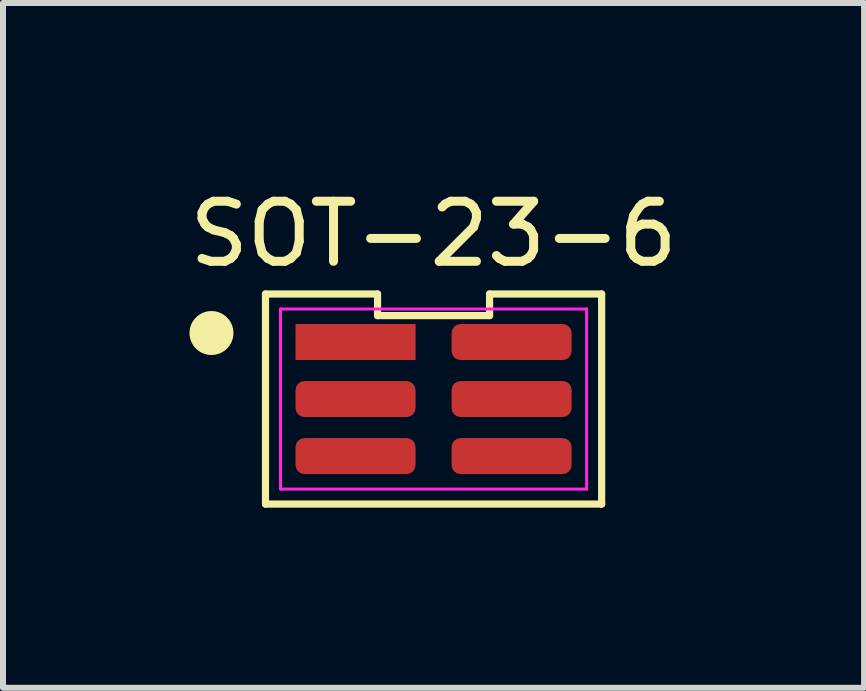
<source format=kicad_pcb>
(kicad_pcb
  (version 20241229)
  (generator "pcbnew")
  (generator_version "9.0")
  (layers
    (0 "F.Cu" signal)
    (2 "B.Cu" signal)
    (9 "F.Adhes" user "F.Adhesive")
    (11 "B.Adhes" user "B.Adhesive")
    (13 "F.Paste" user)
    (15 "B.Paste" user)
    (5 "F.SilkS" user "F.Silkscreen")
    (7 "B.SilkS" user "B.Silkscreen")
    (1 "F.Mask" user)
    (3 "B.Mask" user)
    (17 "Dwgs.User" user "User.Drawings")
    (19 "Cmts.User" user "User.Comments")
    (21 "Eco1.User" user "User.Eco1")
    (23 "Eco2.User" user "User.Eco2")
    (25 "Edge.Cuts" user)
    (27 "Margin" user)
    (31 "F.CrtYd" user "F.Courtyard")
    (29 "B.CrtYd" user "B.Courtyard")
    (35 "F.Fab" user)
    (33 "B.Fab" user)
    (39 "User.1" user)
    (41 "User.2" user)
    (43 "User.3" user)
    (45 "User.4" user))
  (footprint "SOT-23-6"
    (layer "F.Cu")
    (at 4.173 3.598)
    (property "Reference" "SOT-23-6" (at 0 -2.75 0) (layer "F.SilkS") (effects (font (size 1 1) (thickness 0.15))))
    (attr through_hole)
    (fp_line (start -2.8 -1.75) (end -2.8 1.75) (stroke (width 0.12) (type default)) (layer "F.SilkS"))
    (fp_line (start -2.8 1.75) (end 2.8 1.75) (stroke (width 0.12) (type default)) (layer "F.SilkS"))
    (fp_line (start -0.933 -1.75) (end -2.8 -1.75) (stroke (width 0.12) (type default)) (layer "F.SilkS"))
    (fp_line (start -0.933 -1.39) (end -0.933 -1.75) (stroke (width 0.12) (type default)) (layer "F.SilkS"))
    (fp_line (start 0.933 -1.75) (end 0.933 -1.39) (stroke (width 0.12) (type default)) (layer "F.SilkS"))
    (fp_line (start 0.933 -1.39) (end -0.933 -1.39) (stroke (width 0.12) (type default)) (layer "F.SilkS"))
    (fp_line (start 2.8 -1.75) (end 0.933 -1.75) (stroke (width 0.12) (type default)) (layer "F.SilkS"))
    (fp_line (start 2.8 1.75) (end 2.8 -1.75) (stroke (width 0.12) (type default)) (layer "F.SilkS"))
    (fp_circle (center -3.7 -1.1) (end -3.4 -1) (stroke (width 0.1) (type solid)) (fill yes) (layer "F.SilkS"))
    (fp_line (start -2.55 -1.5) (end 2.55 -1.5) (stroke (width 0.05) (type default)) (layer "F.CrtYd"))
    (fp_line (start -2.55 1.5) (end -2.55 -1.5) (stroke (width 0.05) (type default)) (layer "F.CrtYd"))
    (fp_line (start 2.55 -1.5) (end 2.55 1.5) (stroke (width 0.05) (type default)) (layer "F.CrtYd"))
    (fp_line (start 2.55 1.5) (end -2.55 1.5) (stroke (width 0.05) (type default)) (layer "F.CrtYd"))
    (pad "1" smd rect (at -1.3 -0.95 270) (size 0.6 2) (layers "F.Cu" "F.Mask" "F.Paste"))
    (pad "2" smd roundrect (at -1.3 0 270) (size 0.6 2) (layers "F.Cu" "F.Mask" "F.Paste") (roundrect_rratio 0.25))
    (pad "3" smd roundrect (at -1.3 0.95 270) (size 0.6 2) (layers "F.Cu" "F.Mask" "F.Paste") (roundrect_rratio 0.25))
    (pad "4" smd roundrect (at 1.3 0.95 270) (size 0.6 2) (layers "F.Cu" "F.Mask" "F.Paste") (roundrect_rratio 0.25))
    (pad "5" smd roundrect (at 1.3 0 270) (size 0.6 2) (layers "F.Cu" "F.Mask" "F.Paste") (roundrect_rratio 0.25))
    (pad "6" smd roundrect (at 1.3 -0.95 270) (size 0.6 2) (layers "F.Cu" "F.Mask" "F.Paste") (roundrect_rratio 0.25)))
  (gr_rect
    (start -3 -3)
    (end 11.345 8.408)
    (stroke (width 0.1) (type default))
    (fill no)
    (layer "Edge.Cuts")))
</source>
